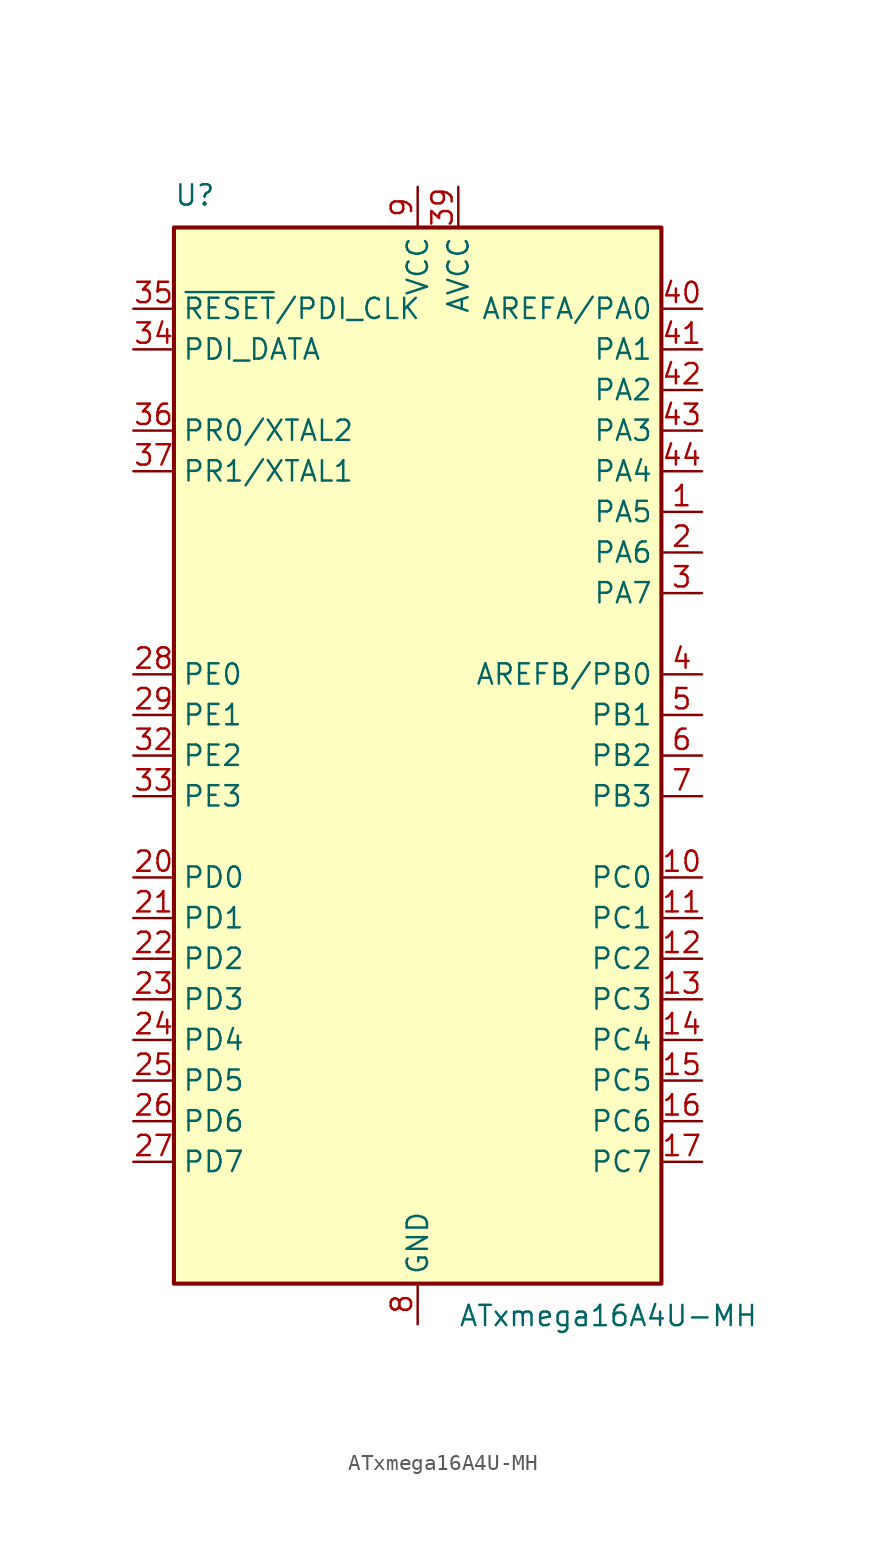
<source format=kicad_sym>
(kicad_symbol_lib
  (version 20211014)
  (generator kicad_symbol_editor)
  (symbol "ATxmega16A4U-MH"
    (property "Reference" "U"
      (at -15.24 34.29 0)
      (effects (font (size 1.27 1.27)) (justify left bottom)))
    (property "Value" "ATxmega16A4U-MH"
      (at 2.54 -34.29 0)
      (effects (font (size 1.27 1.27)) (justify left top)))
    (symbol "ATxmega16A4U-MH_0_1"
      (rectangle (start -15.24 -33.02) (end 15.24 33.02) (stroke (width 0.254) (type default) (color 0 0 0 0)) (fill (type background))))
    (symbol "ATxmega16A4U-MH_1_1"
      (pin bidirectional line (at 17.78 15.24 180) (length 2.54) (name "PA5" (effects (font (size 1.27 1.27)))) (number "1" (effects (font (size 1.27 1.27)))))
      (pin bidirectional line (at 17.78 -7.62 180) (length 2.54) (name "PC0" (effects (font (size 1.27 1.27)))) (number "10" (effects (font (size 1.27 1.27)))))
      (pin bidirectional line (at 17.78 -10.16 180) (length 2.54) (name "PC1" (effects (font (size 1.27 1.27)))) (number "11" (effects (font (size 1.27 1.27)))))
      (pin bidirectional line (at 17.78 -12.7 180) (length 2.54) (name "PC2" (effects (font (size 1.27 1.27)))) (number "12" (effects (font (size 1.27 1.27)))))
      (pin bidirectional line (at 17.78 -15.24 180) (length 2.54) (name "PC3" (effects (font (size 1.27 1.27)))) (number "13" (effects (font (size 1.27 1.27)))))
      (pin bidirectional line (at 17.78 -17.78 180) (length 2.54) (name "PC4" (effects (font (size 1.27 1.27)))) (number "14" (effects (font (size 1.27 1.27)))))
      (pin bidirectional line (at 17.78 -20.32 180) (length 2.54) (name "PC5" (effects (font (size 1.27 1.27)))) (number "15" (effects (font (size 1.27 1.27)))))
      (pin bidirectional line (at 17.78 -22.86 180) (length 2.54) (name "PC6" (effects (font (size 1.27 1.27)))) (number "16" (effects (font (size 1.27 1.27)))))
      (pin bidirectional line (at 17.78 -25.4 180) (length 2.54) (name "PC7" (effects (font (size 1.27 1.27)))) (number "17" (effects (font (size 1.27 1.27)))))
      (pin passive line (at 0 -35.56 90) (length 2.54) hide (name "GND" (effects (font (size 1.27 1.27)))) (number "18" (effects (font (size 1.27 1.27)))))
      (pin passive line (at 0 35.56 270) (length 2.54) hide (name "VCC" (effects (font (size 1.27 1.27)))) (number "19" (effects (font (size 1.27 1.27)))))
      (pin bidirectional line (at 17.78 12.7 180) (length 2.54) (name "PA6" (effects (font (size 1.27 1.27)))) (number "2" (effects (font (size 1.27 1.27)))))
      (pin bidirectional line (at -17.78 -7.62 0) (length 2.54) (name "PD0" (effects (font (size 1.27 1.27)))) (number "20" (effects (font (size 1.27 1.27)))))
      (pin bidirectional line (at -17.78 -10.16 0) (length 2.54) (name "PD1" (effects (font (size 1.27 1.27)))) (number "21" (effects (font (size 1.27 1.27)))))
      (pin bidirectional line (at -17.78 -12.7 0) (length 2.54) (name "PD2" (effects (font (size 1.27 1.27)))) (number "22" (effects (font (size 1.27 1.27)))))
      (pin bidirectional line (at -17.78 -15.24 0) (length 2.54) (name "PD3" (effects (font (size 1.27 1.27)))) (number "23" (effects (font (size 1.27 1.27)))))
      (pin bidirectional line (at -17.78 -17.78 0) (length 2.54) (name "PD4" (effects (font (size 1.27 1.27)))) (number "24" (effects (font (size 1.27 1.27)))))
      (pin bidirectional line (at -17.78 -20.32 0) (length 2.54) (name "PD5" (effects (font (size 1.27 1.27)))) (number "25" (effects (font (size 1.27 1.27)))))
      (pin bidirectional line (at -17.78 -22.86 0) (length 2.54) (name "PD6" (effects (font (size 1.27 1.27)))) (number "26" (effects (font (size 1.27 1.27)))))
      (pin bidirectional line (at -17.78 -25.4 0) (length 2.54) (name "PD7" (effects (font (size 1.27 1.27)))) (number "27" (effects (font (size 1.27 1.27)))))
      (pin bidirectional line (at -17.78 5.08 0) (length 2.54) (name "PE0" (effects (font (size 1.27 1.27)))) (number "28" (effects (font (size 1.27 1.27)))))
      (pin bidirectional line (at -17.78 2.54 0) (length 2.54) (name "PE1" (effects (font (size 1.27 1.27)))) (number "29" (effects (font (size 1.27 1.27)))))
      (pin bidirectional line (at 17.78 10.16 180) (length 2.54) (name "PA7" (effects (font (size 1.27 1.27)))) (number "3" (effects (font (size 1.27 1.27)))))
      (pin passive line (at 0 -35.56 90) (length 2.54) hide (name "GND" (effects (font (size 1.27 1.27)))) (number "30" (effects (font (size 1.27 1.27)))))
      (pin passive line (at 0 35.56 270) (length 2.54) hide (name "VCC" (effects (font (size 1.27 1.27)))) (number "31" (effects (font (size 1.27 1.27)))))
      (pin bidirectional line (at -17.78 0 0) (length 2.54) (name "PE2" (effects (font (size 1.27 1.27)))) (number "32" (effects (font (size 1.27 1.27)))))
      (pin bidirectional line (at -17.78 -2.54 0) (length 2.54) (name "PE3" (effects (font (size 1.27 1.27)))) (number "33" (effects (font (size 1.27 1.27)))))
      (pin bidirectional line (at -17.78 25.4 0) (length 2.54) (name "PDI_DATA" (effects (font (size 1.27 1.27)))) (number "34" (effects (font (size 1.27 1.27)))))
      (pin input line (at -17.78 27.94 0) (length 2.54) (name "~{RESET}/PDI_CLK" (effects (font (size 1.27 1.27)))) (number "35" (effects (font (size 1.27 1.27)))))
      (pin bidirectional line (at -17.78 20.32 0) (length 2.54) (name "PR0/XTAL2" (effects (font (size 1.27 1.27)))) (number "36" (effects (font (size 1.27 1.27)))))
      (pin bidirectional line (at -17.78 17.78 0) (length 2.54) (name "PR1/XTAL1" (effects (font (size 1.27 1.27)))) (number "37" (effects (font (size 1.27 1.27)))))
      (pin passive line (at 0 -35.56 90) (length 2.54) hide (name "GND" (effects (font (size 1.27 1.27)))) (number "38" (effects (font (size 1.27 1.27)))))
      (pin power_in line (at 2.54 35.56 270) (length 2.54) (name "AVCC" (effects (font (size 1.27 1.27)))) (number "39" (effects (font (size 1.27 1.27)))))
      (pin bidirectional line (at 17.78 5.08 180) (length 2.54) (name "AREFB/PB0" (effects (font (size 1.27 1.27)))) (number "4" (effects (font (size 1.27 1.27)))))
      (pin bidirectional line (at 17.78 27.94 180) (length 2.54) (name "AREFA/PA0" (effects (font (size 1.27 1.27)))) (number "40" (effects (font (size 1.27 1.27)))))
      (pin bidirectional line (at 17.78 25.4 180) (length 2.54) (name "PA1" (effects (font (size 1.27 1.27)))) (number "41" (effects (font (size 1.27 1.27)))))
      (pin bidirectional line (at 17.78 22.86 180) (length 2.54) (name "PA2" (effects (font (size 1.27 1.27)))) (number "42" (effects (font (size 1.27 1.27)))))
      (pin bidirectional line (at 17.78 20.32 180) (length 2.54) (name "PA3" (effects (font (size 1.27 1.27)))) (number "43" (effects (font (size 1.27 1.27)))))
      (pin bidirectional line (at 17.78 17.78 180) (length 2.54) (name "PA4" (effects (font (size 1.27 1.27)))) (number "44" (effects (font (size 1.27 1.27)))))
      (pin passive line (at 0 -35.56 90) (length 2.54) hide (name "GND" (effects (font (size 1.27 1.27)))) (number "45" (effects (font (size 1.27 1.27)))))
      (pin bidirectional line (at 17.78 2.54 180) (length 2.54) (name "PB1" (effects (font (size 1.27 1.27)))) (number "5" (effects (font (size 1.27 1.27)))))
      (pin bidirectional line (at 17.78 0 180) (length 2.54) (name "PB2" (effects (font (size 1.27 1.27)))) (number "6" (effects (font (size 1.27 1.27)))))
      (pin bidirectional line (at 17.78 -2.54 180) (length 2.54) (name "PB3" (effects (font (size 1.27 1.27)))) (number "7" (effects (font (size 1.27 1.27)))))
      (pin power_in line (at 0 -35.56 90) (length 2.54) (name "GND" (effects (font (size 1.27 1.27)))) (number "8" (effects (font (size 1.27 1.27)))))
      (pin power_in line (at 0 35.56 270) (length 2.54) (name "VCC" (effects (font (size 1.27 1.27)))) (number "9" (effects (font (size 1.27 1.27))))))))
</source>
